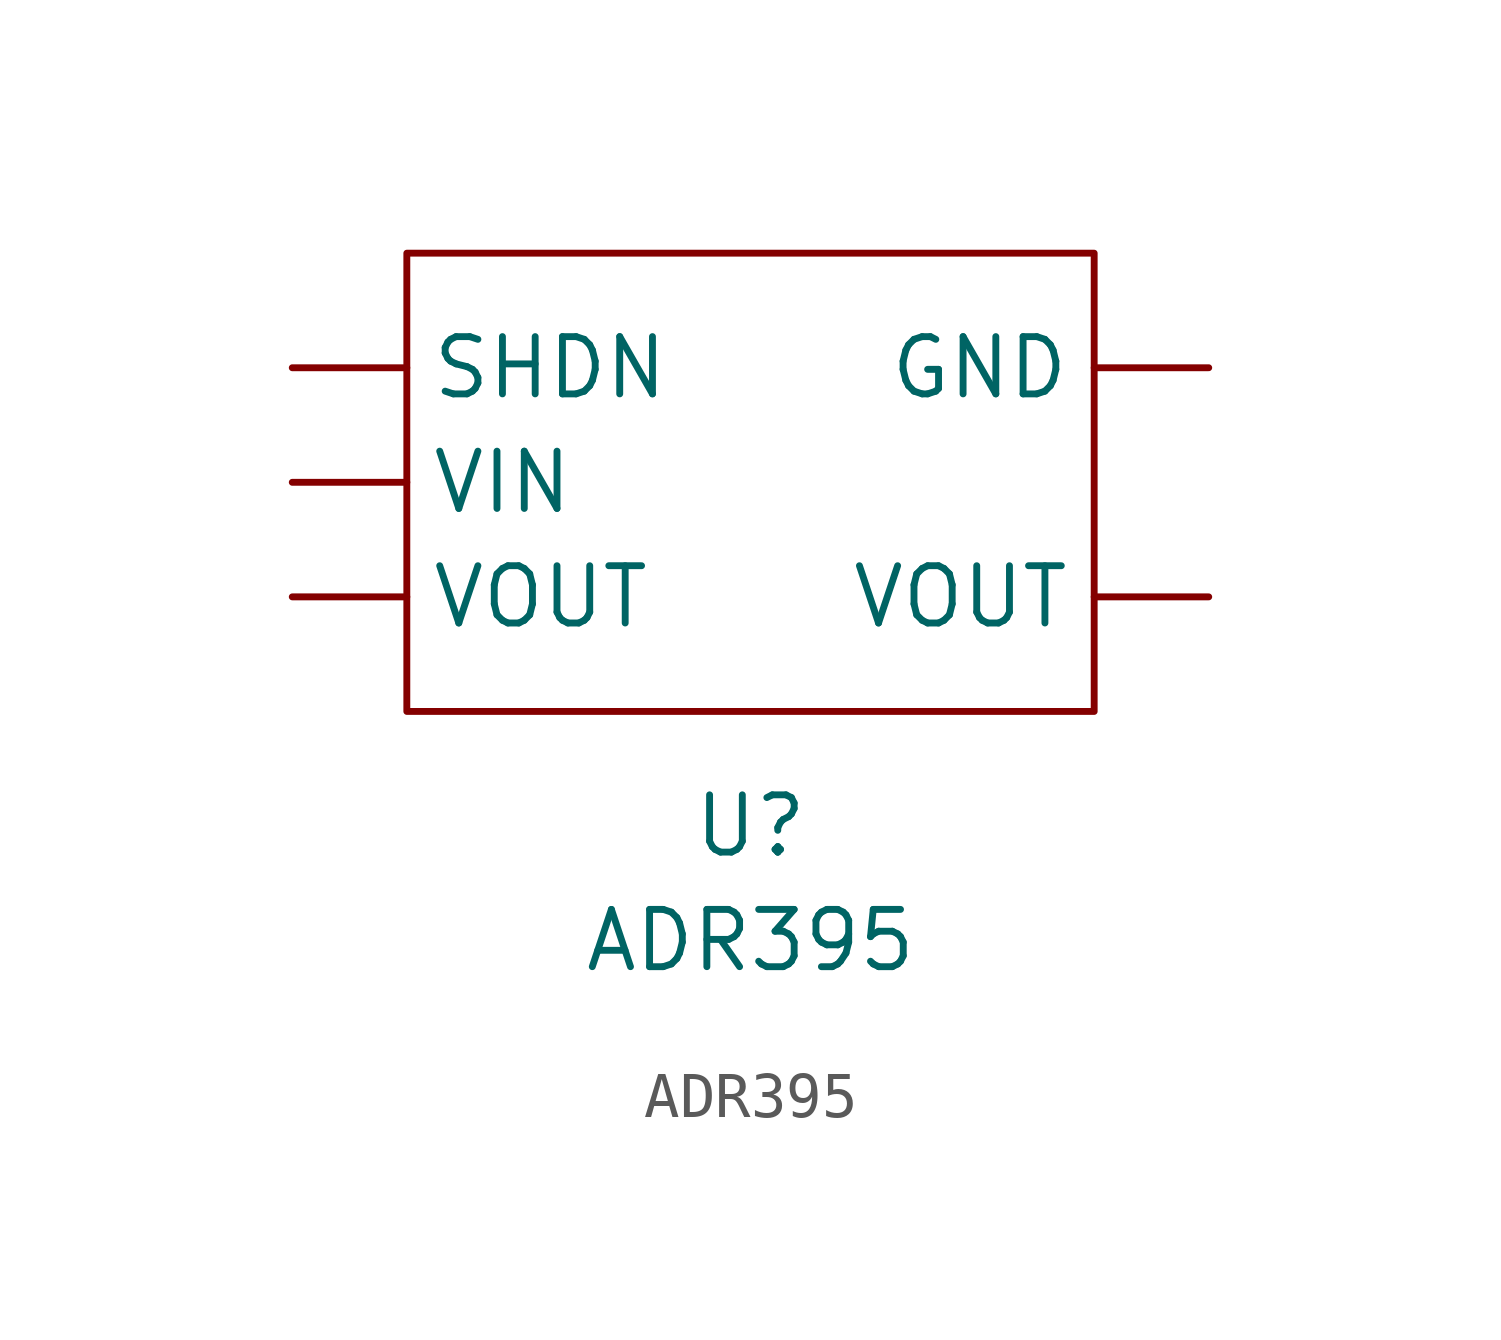
<source format=kicad_sym>
(kicad_symbol_lib
  (version 20220914)
  (generator kicad_symbol_editor)
  (symbol "ADR395"
    (property "Reference" "U"
      (at 0 -7.62 0)
      (effects (font (size 1.27 1.27))))
    (property "Value" "ADR395"
      (at 0 -10.16 0)
      (effects (font (size 1.27 1.27))))
    (symbol "ADR395_0_1"
      (rectangle (start -7.62 5.08) (end 7.62 -5.08) (stroke (width 0) (type default)) (fill (type none))))
    (symbol "ADR395_1_1"
      (pin input line (at 10.16 2.54 180) (length 2.54) (name "GND" (effects (font (size 1.27 1.27)))) (number "" (effects (font (size 1.27 1.27)))))
      (pin input line (at -10.16 2.54 0) (length 2.54) (name "SHDN" (effects (font (size 1.27 1.27)))) (number "" (effects (font (size 1.27 1.27)))))
      (pin input line (at -10.16 0 0) (length 2.54) (name "VIN" (effects (font (size 1.27 1.27)))) (number "" (effects (font (size 1.27 1.27)))))
      (pin input line (at -10.16 -2.54 0) (length 2.54) (name "VOUT" (effects (font (size 1.27 1.27)))) (number "" (effects (font (size 1.27 1.27)))))
      (pin input line (at 10.16 -2.54 180) (length 2.54) (name "VOUT" (effects (font (size 1.27 1.27)))) (number "" (effects (font (size 1.27 1.27))))))))
</source>
